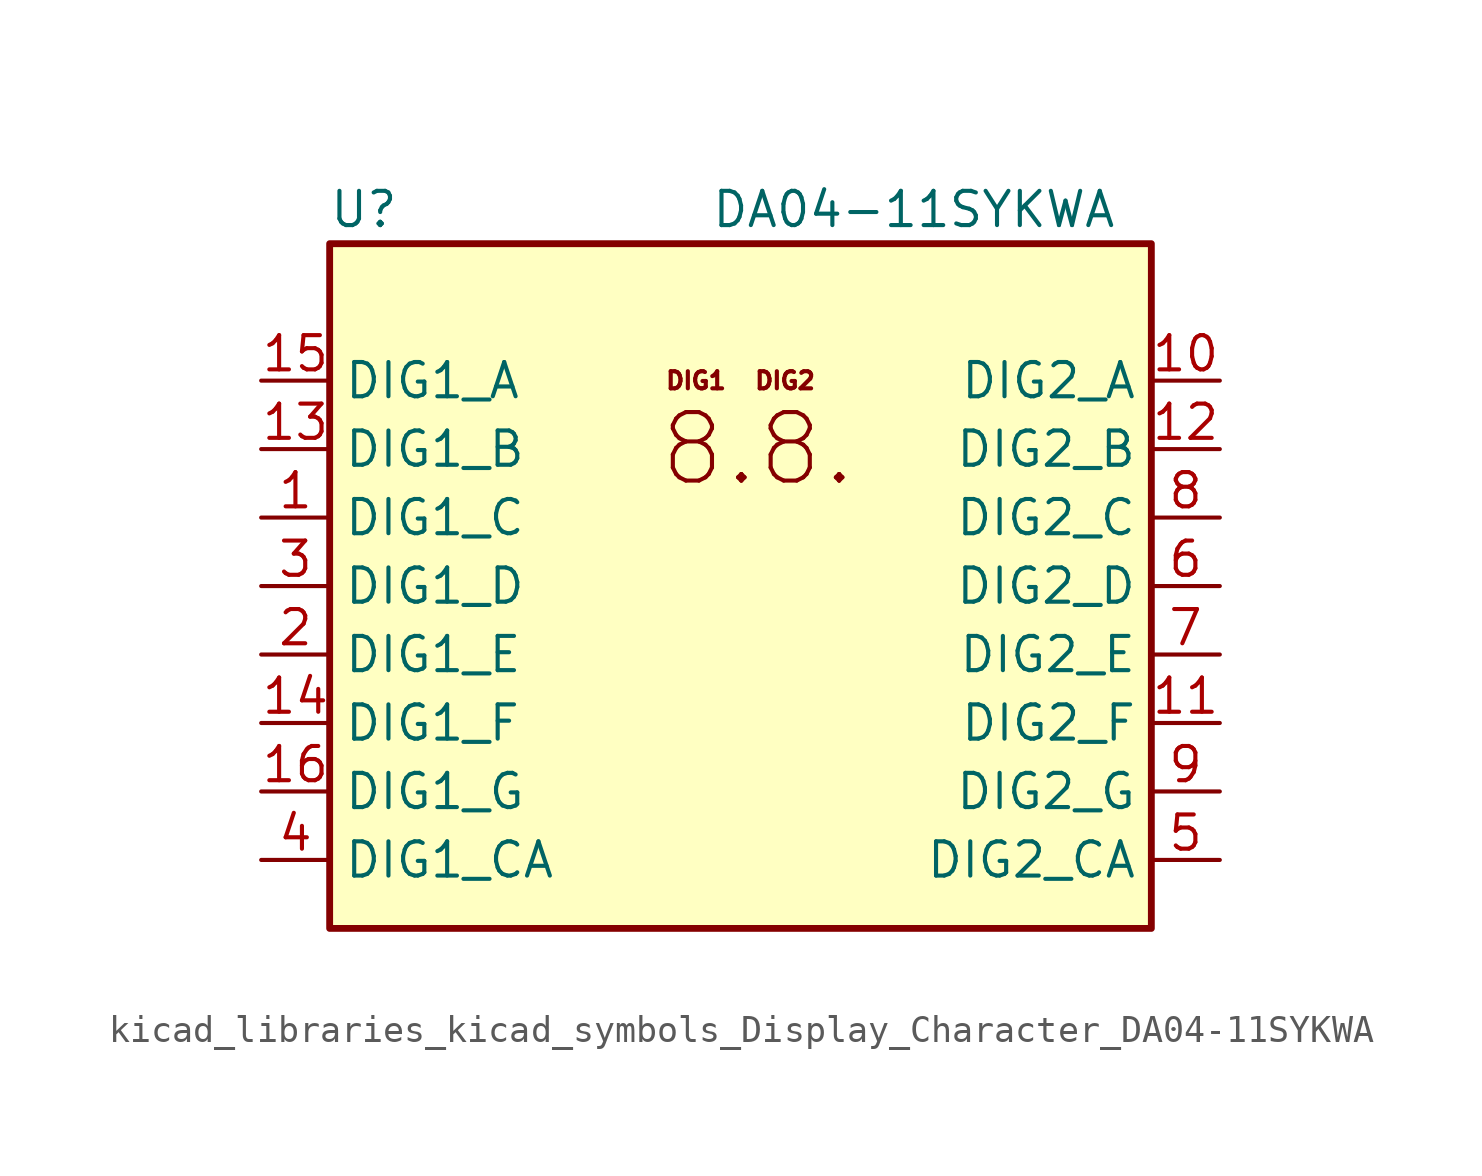
<source format=kicad_sym>
(kicad_symbol_lib
  (version 20220914)
  (generator kicad_symbol_editor)
  (symbol "kicad_libraries_kicad_symbols_Display_Character_DA04-11SYKWA"
    (property "Reference" "U"
      (at -13.97 13.97 0)
      (effects (font (size 1.27 1.27))))
    (property "Value" "DA04-11SYKWA"
      (at 13.97 13.97 0)
      (effects (font (size 1.27 1.27)) (justify right)))
    (symbol "kicad_libraries_kicad_symbols_Display_Character_DA04-11SYKWA_0_0"
      (text "8.8." (at 0.635 5.08 0) (effects (font (size 2.54 2.54))))
      (text "DIG1" (at -1.651 7.62 0) (effects (font (size 0.635 0.635))))
      (text "DIG2" (at 1.651 7.62 0) (effects (font (size 0.635 0.635)))))
    (symbol "kicad_libraries_kicad_symbols_Display_Character_DA04-11SYKWA_0_1"
      (rectangle (start -15.24 12.7) (end 15.24 -12.7) (stroke (width 0.254) (type default)) (fill (type background))))
    (symbol "kicad_libraries_kicad_symbols_Display_Character_DA04-11SYKWA_1_1"
      (pin input line (at -17.78 2.54 0) (length 2.54) (name "DIG1_C" (effects (font (size 1.27 1.27)))) (number "1" (effects (font (size 1.27 1.27)))))
      (pin input line (at 17.78 7.62 180) (length 2.54) (name "DIG2_A" (effects (font (size 1.27 1.27)))) (number "10" (effects (font (size 1.27 1.27)))))
      (pin input line (at 17.78 -5.08 180) (length 2.54) (name "DIG2_F" (effects (font (size 1.27 1.27)))) (number "11" (effects (font (size 1.27 1.27)))))
      (pin input line (at 17.78 5.08 180) (length 2.54) (name "DIG2_B" (effects (font (size 1.27 1.27)))) (number "12" (effects (font (size 1.27 1.27)))))
      (pin input line (at -17.78 5.08 0) (length 2.54) (name "DIG1_B" (effects (font (size 1.27 1.27)))) (number "13" (effects (font (size 1.27 1.27)))))
      (pin input line (at -17.78 -5.08 0) (length 2.54) (name "DIG1_F" (effects (font (size 1.27 1.27)))) (number "14" (effects (font (size 1.27 1.27)))))
      (pin input line (at -17.78 7.62 0) (length 2.54) (name "DIG1_A" (effects (font (size 1.27 1.27)))) (number "15" (effects (font (size 1.27 1.27)))))
      (pin input line (at -17.78 -7.62 0) (length 2.54) (name "DIG1_G" (effects (font (size 1.27 1.27)))) (number "16" (effects (font (size 1.27 1.27)))))
      (pin input line (at -17.78 -2.54 0) (length 2.54) (name "DIG1_E" (effects (font (size 1.27 1.27)))) (number "2" (effects (font (size 1.27 1.27)))))
      (pin input line (at -17.78 0 0) (length 2.54) (name "DIG1_D" (effects (font (size 1.27 1.27)))) (number "3" (effects (font (size 1.27 1.27)))))
      (pin input line (at -17.78 -10.16 0) (length 2.54) (name "DIG1_CA" (effects (font (size 1.27 1.27)))) (number "4" (effects (font (size 1.27 1.27)))))
      (pin input line (at 17.78 -10.16 180) (length 2.54) (name "DIG2_CA" (effects (font (size 1.27 1.27)))) (number "5" (effects (font (size 1.27 1.27)))))
      (pin input line (at 17.78 0 180) (length 2.54) (name "DIG2_D" (effects (font (size 1.27 1.27)))) (number "6" (effects (font (size 1.27 1.27)))))
      (pin input line (at 17.78 -2.54 180) (length 2.54) (name "DIG2_E" (effects (font (size 1.27 1.27)))) (number "7" (effects (font (size 1.27 1.27)))))
      (pin input line (at 17.78 2.54 180) (length 2.54) (name "DIG2_C" (effects (font (size 1.27 1.27)))) (number "8" (effects (font (size 1.27 1.27)))))
      (pin input line (at 17.78 -7.62 180) (length 2.54) (name "DIG2_G" (effects (font (size 1.27 1.27)))) (number "9" (effects (font (size 1.27 1.27))))))))
</source>
